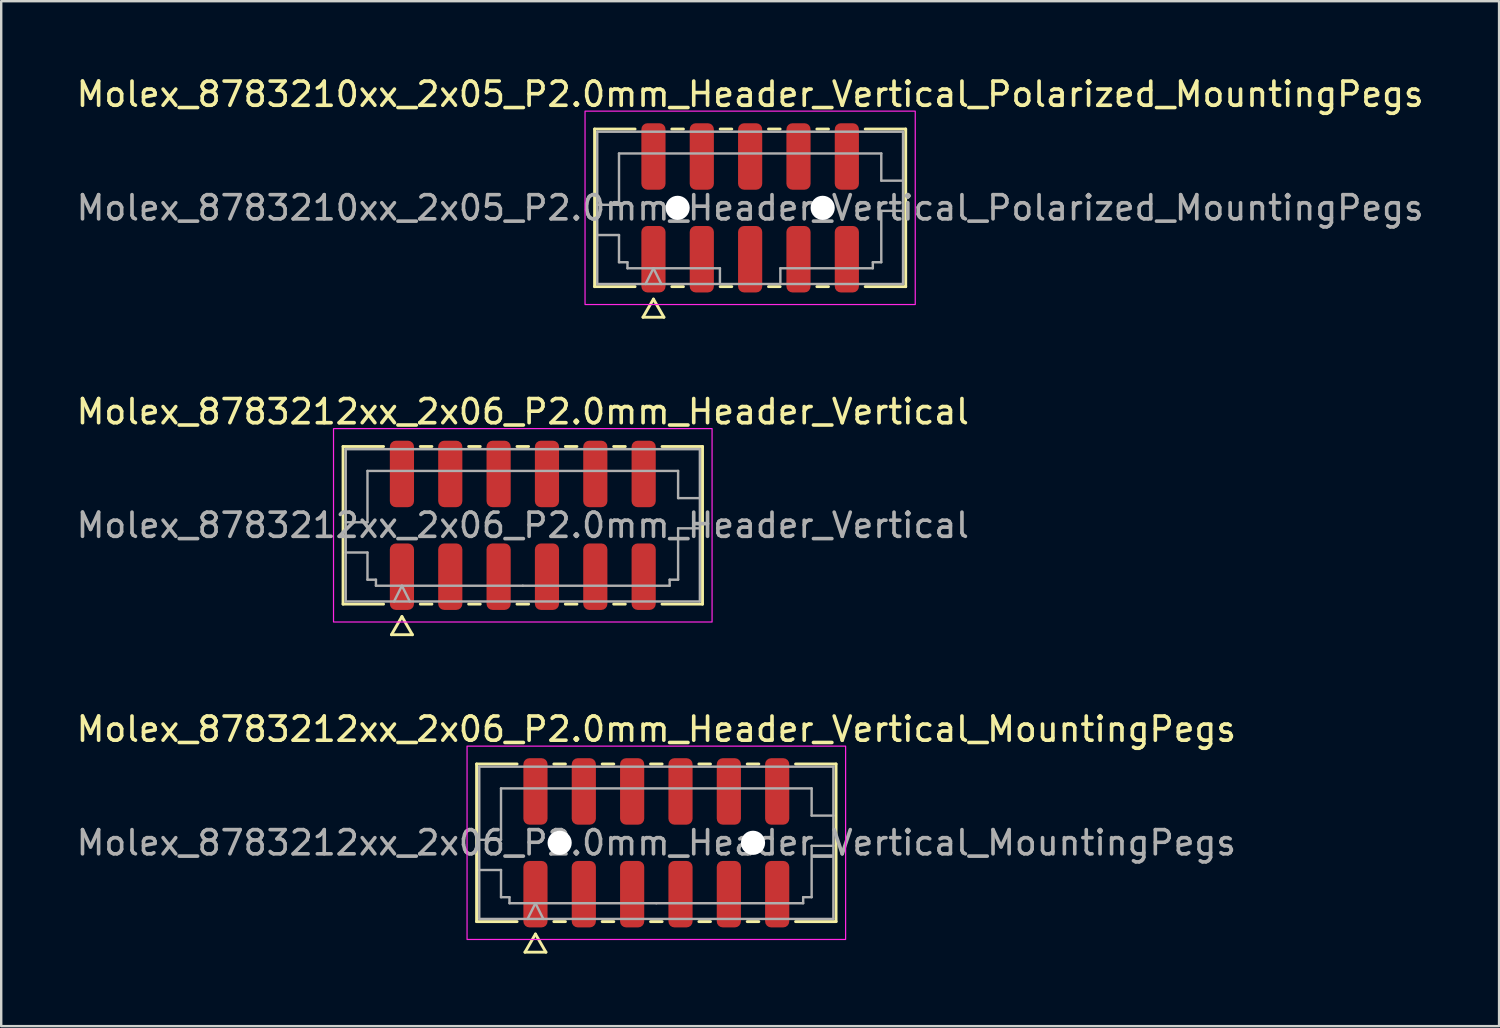
<source format=kicad_pcb>
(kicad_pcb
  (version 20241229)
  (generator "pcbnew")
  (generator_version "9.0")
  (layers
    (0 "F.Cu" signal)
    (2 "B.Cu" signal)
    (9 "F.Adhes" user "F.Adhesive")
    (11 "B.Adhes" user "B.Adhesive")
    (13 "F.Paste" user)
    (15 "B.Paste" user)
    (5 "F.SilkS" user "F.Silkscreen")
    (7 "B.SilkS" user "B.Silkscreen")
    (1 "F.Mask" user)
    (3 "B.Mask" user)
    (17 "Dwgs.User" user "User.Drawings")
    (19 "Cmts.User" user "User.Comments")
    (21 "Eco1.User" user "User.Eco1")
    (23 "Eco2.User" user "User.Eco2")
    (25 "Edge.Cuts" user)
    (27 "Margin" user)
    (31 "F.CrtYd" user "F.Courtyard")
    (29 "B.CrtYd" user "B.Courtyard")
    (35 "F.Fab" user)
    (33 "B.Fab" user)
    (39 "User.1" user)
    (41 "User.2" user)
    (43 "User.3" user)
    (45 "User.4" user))
  (footprint "Molex_8783210xx_2x05_P2.0mm_Header_Vertical_Polarized_MountingPegs"
    (layer "F.Cu")
    (at 27.982 5.548)
    (property "Reference" "Molex_8783210xx_2x05_P2.0mm_Header_Vertical_Polarized_MountingPegs" (at 0 -4.7 0) (layer "F.SilkS") (effects (font (size 1 1) (thickness 0.15))))
    (attr smd)
    (fp_line (start -6.435 -3.26) (end -4.76 -3.26) (stroke (width 0.12) (type solid)) (layer "F.SilkS"))
    (fp_line (start -6.435 3.26) (end -6.435 -3.26) (stroke (width 0.12) (type solid)) (layer "F.SilkS"))
    (fp_line (start -4.76 3.26) (end -6.435 3.26) (stroke (width 0.12) (type solid)) (layer "F.SilkS"))
    (fp_line (start -4.433 4.525) (end -4 3.775) (stroke (width 0.12) (type solid)) (layer "F.SilkS"))
    (fp_line (start -4 3.775) (end -3.567 4.525) (stroke (width 0.12) (type solid)) (layer "F.SilkS"))
    (fp_line (start -3.567 4.525) (end -4.433 4.525) (stroke (width 0.12) (type solid)) (layer "F.SilkS"))
    (fp_line (start -3.24 -3.26) (end -2.76 -3.26) (stroke (width 0.12) (type solid)) (layer "F.SilkS"))
    (fp_line (start -2.76 3.26) (end -3.24 3.26) (stroke (width 0.12) (type solid)) (layer "F.SilkS"))
    (fp_line (start -1.24 -3.26) (end -0.76 -3.26) (stroke (width 0.12) (type solid)) (layer "F.SilkS"))
    (fp_line (start -0.76 3.26) (end -1.24 3.26) (stroke (width 0.12) (type solid)) (layer "F.SilkS"))
    (fp_line (start 0.76 -3.26) (end 1.24 -3.26) (stroke (width 0.12) (type solid)) (layer "F.SilkS"))
    (fp_line (start 1.24 3.26) (end 0.76 3.26) (stroke (width 0.12) (type solid)) (layer "F.SilkS"))
    (fp_line (start 2.76 -3.26) (end 3.24 -3.26) (stroke (width 0.12) (type solid)) (layer "F.SilkS"))
    (fp_line (start 3.24 3.26) (end 2.76 3.26) (stroke (width 0.12) (type solid)) (layer "F.SilkS"))
    (fp_line (start 4.76 -3.26) (end 6.435 -3.26) (stroke (width 0.12) (type solid)) (layer "F.SilkS"))
    (fp_line (start 6.435 -3.26) (end 6.435 3.26) (stroke (width 0.12) (type solid)) (layer "F.SilkS"))
    (fp_line (start 6.435 3.26) (end 4.76 3.26) (stroke (width 0.12) (type solid)) (layer "F.SilkS"))
    (fp_rect (start -6.83 -4) (end 6.83 4) (stroke (width 0.05) (type solid)) (fill no) (layer "F.CrtYd"))
    (fp_line (start -6.325 -3.15) (end 6.325 -3.15) (stroke (width 0.1) (type solid)) (layer "F.Fab"))
    (fp_line (start -6.325 -0.125) (end -5.425 -0.125) (stroke (width 0.1) (type solid)) (layer "F.Fab"))
    (fp_line (start -6.325 1.125) (end -5.425 1.125) (stroke (width 0.1) (type solid)) (layer "F.Fab"))
    (fp_line (start -6.325 3.15) (end -6.325 -3.15) (stroke (width 0.1) (type solid)) (layer "F.Fab"))
    (fp_line (start -5.425 -2.25) (end 5.425 -2.25) (stroke (width 0.1) (type solid)) (layer "F.Fab"))
    (fp_line (start -5.425 -0.125) (end -5.425 -2.25) (stroke (width 0.1) (type solid)) (layer "F.Fab"))
    (fp_line (start -5.425 1.125) (end -5.425 2.25) (stroke (width 0.1) (type solid)) (layer "F.Fab"))
    (fp_line (start -5.425 2.25) (end -5.075 2.25) (stroke (width 0.1) (type solid)) (layer "F.Fab"))
    (fp_line (start -5.075 2.25) (end -5.075 2.5) (stroke (width 0.1) (type solid)) (layer "F.Fab"))
    (fp_line (start -5.075 2.5) (end -1.25 2.5) (stroke (width 0.1) (type solid)) (layer "F.Fab"))
    (fp_line (start -4.325 3.15) (end -4 2.5) (stroke (width 0.1) (type solid)) (layer "F.Fab"))
    (fp_line (start -4 2.5) (end -3.675 3.15) (stroke (width 0.1) (type solid)) (layer "F.Fab"))
    (fp_line (start -1.25 2.5) (end -1.25 3.15) (stroke (width 0.1) (type solid)) (layer "F.Fab"))
    (fp_line (start 1.25 2.5) (end 1.25 3.15) (stroke (width 0.1) (type solid)) (layer "F.Fab"))
    (fp_line (start 1.25 2.5) (end 5.075 2.5) (stroke (width 0.1) (type solid)) (layer "F.Fab"))
    (fp_line (start 5.075 2.25) (end 5.425 2.25) (stroke (width 0.1) (type solid)) (layer "F.Fab"))
    (fp_line (start 5.075 2.5) (end 5.075 2.25) (stroke (width 0.1) (type solid)) (layer "F.Fab"))
    (fp_line (start 5.425 -2.25) (end 5.425 -1.125) (stroke (width 0.1) (type solid)) (layer "F.Fab"))
    (fp_line (start 5.425 -1.125) (end 6.325 -1.125) (stroke (width 0.1) (type solid)) (layer "F.Fab"))
    (fp_line (start 5.425 0.125) (end 6.325 0.125) (stroke (width 0.1) (type solid)) (layer "F.Fab"))
    (fp_line (start 5.425 2.25) (end 5.425 0.125) (stroke (width 0.1) (type solid)) (layer "F.Fab"))
    (fp_line (start 6.325 -3.15) (end 6.325 3.15) (stroke (width 0.1) (type solid)) (layer "F.Fab"))
    (fp_line (start 6.325 3.15) (end -6.325 3.15) (stroke (width 0.1) (type solid)) (layer "F.Fab"))
    (fp_text user "${REFERENCE}" (at 0 0 0) (layer "F.Fab") (effects (font (size 1 1) (thickness 0.15))))
    (pad "" np_thru_hole circle (at -3 0) (size 1 1) (drill 1) (layers "*.Cu" "*.Mask"))
    (pad "" np_thru_hole circle (at 3 0) (size 1 1) (drill 1) (layers "*.Cu" "*.Mask"))
    (pad "1" smd roundrect (at -4 2.125) (size 1 2.75) (layers "F.Cu" "F.Mask" "F.Paste") (roundrect_rratio 0.25))
    (pad "2" smd roundrect (at -4 -2.125) (size 1 2.75) (layers "F.Cu" "F.Mask" "F.Paste") (roundrect_rratio 0.25))
    (pad "3" smd roundrect (at -2 2.125) (size 1 2.75) (layers "F.Cu" "F.Mask" "F.Paste") (roundrect_rratio 0.25))
    (pad "4" smd roundrect (at -2 -2.125) (size 1 2.75) (layers "F.Cu" "F.Mask" "F.Paste") (roundrect_rratio 0.25))
    (pad "5" smd roundrect (at 0 2.125) (size 1 2.75) (layers "F.Cu" "F.Mask" "F.Paste") (roundrect_rratio 0.25))
    (pad "6" smd roundrect (at 0 -2.125) (size 1 2.75) (layers "F.Cu" "F.Mask" "F.Paste") (roundrect_rratio 0.25))
    (pad "7" smd roundrect (at 2 2.125) (size 1 2.75) (layers "F.Cu" "F.Mask" "F.Paste") (roundrect_rratio 0.25))
    (pad "8" smd roundrect (at 2 -2.125) (size 1 2.75) (layers "F.Cu" "F.Mask" "F.Paste") (roundrect_rratio 0.25))
    (pad "9" smd roundrect (at 4 2.125) (size 1 2.75) (layers "F.Cu" "F.Mask" "F.Paste") (roundrect_rratio 0.25))
    (pad "10" smd roundrect (at 4 -2.125) (size 1 2.75) (layers "F.Cu" "F.Mask" "F.Paste") (roundrect_rratio 0.25)))
  (footprint "Molex_8783212xx_2x06_P2.0mm_Header_Vertical_MountingPegs"
    (layer "F.Cu")
    (at 24.101 31.815)
    (property "Reference" "Molex_8783212xx_2x06_P2.0mm_Header_Vertical_MountingPegs" (at 0 -4.7 0) (layer "F.SilkS") (effects (font (size 1 1) (thickness 0.15))))
    (attr smd)
    (fp_line (start -7.435 -3.26) (end -5.76 -3.26) (stroke (width 0.12) (type solid)) (layer "F.SilkS"))
    (fp_line (start -7.435 3.26) (end -7.435 -3.26) (stroke (width 0.12) (type solid)) (layer "F.SilkS"))
    (fp_line (start -5.76 3.26) (end -7.435 3.26) (stroke (width 0.12) (type solid)) (layer "F.SilkS"))
    (fp_line (start -5.433 4.525) (end -5 3.775) (stroke (width 0.12) (type solid)) (layer "F.SilkS"))
    (fp_line (start -5 3.775) (end -4.567 4.525) (stroke (width 0.12) (type solid)) (layer "F.SilkS"))
    (fp_line (start -4.567 4.525) (end -5.433 4.525) (stroke (width 0.12) (type solid)) (layer "F.SilkS"))
    (fp_line (start -4.24 -3.26) (end -3.76 -3.26) (stroke (width 0.12) (type solid)) (layer "F.SilkS"))
    (fp_line (start -3.76 3.26) (end -4.24 3.26) (stroke (width 0.12) (type solid)) (layer "F.SilkS"))
    (fp_line (start -2.24 -3.26) (end -1.76 -3.26) (stroke (width 0.12) (type solid)) (layer "F.SilkS"))
    (fp_line (start -1.76 3.26) (end -2.24 3.26) (stroke (width 0.12) (type solid)) (layer "F.SilkS"))
    (fp_line (start -0.24 -3.26) (end 0.24 -3.26) (stroke (width 0.12) (type solid)) (layer "F.SilkS"))
    (fp_line (start 0.24 3.26) (end -0.24 3.26) (stroke (width 0.12) (type solid)) (layer "F.SilkS"))
    (fp_line (start 1.76 -3.26) (end 2.24 -3.26) (stroke (width 0.12) (type solid)) (layer "F.SilkS"))
    (fp_line (start 2.24 3.26) (end 1.76 3.26) (stroke (width 0.12) (type solid)) (layer "F.SilkS"))
    (fp_line (start 3.76 -3.26) (end 4.24 -3.26) (stroke (width 0.12) (type solid)) (layer "F.SilkS"))
    (fp_line (start 4.24 3.26) (end 3.76 3.26) (stroke (width 0.12) (type solid)) (layer "F.SilkS"))
    (fp_line (start 5.76 -3.26) (end 7.435 -3.26) (stroke (width 0.12) (type solid)) (layer "F.SilkS"))
    (fp_line (start 7.435 -3.26) (end 7.435 3.26) (stroke (width 0.12) (type solid)) (layer "F.SilkS"))
    (fp_line (start 7.435 3.26) (end 5.76 3.26) (stroke (width 0.12) (type solid)) (layer "F.SilkS"))
    (fp_rect (start -7.83 -4) (end 7.83 4) (stroke (width 0.05) (type solid)) (fill no) (layer "F.CrtYd"))
    (fp_line (start -7.325 -3.15) (end 7.325 -3.15) (stroke (width 0.1) (type solid)) (layer "F.Fab"))
    (fp_line (start -7.325 -0.125) (end -6.425 -0.125) (stroke (width 0.1) (type solid)) (layer "F.Fab"))
    (fp_line (start -7.325 1.125) (end -6.425 1.125) (stroke (width 0.1) (type solid)) (layer "F.Fab"))
    (fp_line (start -7.325 3.15) (end -7.325 -3.15) (stroke (width 0.1) (type solid)) (layer "F.Fab"))
    (fp_line (start -6.425 -2.25) (end 6.425 -2.25) (stroke (width 0.1) (type solid)) (layer "F.Fab"))
    (fp_line (start -6.425 -0.125) (end -6.425 -2.25) (stroke (width 0.1) (type solid)) (layer "F.Fab"))
    (fp_line (start -6.425 1.125) (end -6.425 2.25) (stroke (width 0.1) (type solid)) (layer "F.Fab"))
    (fp_line (start -6.425 2.25) (end -6.075 2.25) (stroke (width 0.1) (type solid)) (layer "F.Fab"))
    (fp_line (start -6.075 2.25) (end -6.075 2.5) (stroke (width 0.1) (type solid)) (layer "F.Fab"))
    (fp_line (start -6.075 2.5) (end 0 2.5) (stroke (width 0.1) (type solid)) (layer "F.Fab"))
    (fp_line (start -5.325 3.15) (end -5 2.5) (stroke (width 0.1) (type solid)) (layer "F.Fab"))
    (fp_line (start -5 2.5) (end -4.675 3.15) (stroke (width 0.1) (type solid)) (layer "F.Fab"))
    (fp_line (start 0 2.5) (end 6.075 2.5) (stroke (width 0.1) (type solid)) (layer "F.Fab"))
    (fp_line (start 6.075 2.25) (end 6.425 2.25) (stroke (width 0.1) (type solid)) (layer "F.Fab"))
    (fp_line (start 6.075 2.5) (end 6.075 2.25) (stroke (width 0.1) (type solid)) (layer "F.Fab"))
    (fp_line (start 6.425 -2.25) (end 6.425 -1.125) (stroke (width 0.1) (type solid)) (layer "F.Fab"))
    (fp_line (start 6.425 -1.125) (end 7.325 -1.125) (stroke (width 0.1) (type solid)) (layer "F.Fab"))
    (fp_line (start 6.425 0.125) (end 7.325 0.125) (stroke (width 0.1) (type solid)) (layer "F.Fab"))
    (fp_line (start 6.425 2.25) (end 6.425 0.125) (stroke (width 0.1) (type solid)) (layer "F.Fab"))
    (fp_line (start 7.325 -3.15) (end 7.325 3.15) (stroke (width 0.1) (type solid)) (layer "F.Fab"))
    (fp_line (start 7.325 3.15) (end -7.325 3.15) (stroke (width 0.1) (type solid)) (layer "F.Fab"))
    (fp_text user "${REFERENCE}" (at 0 0 0) (layer "F.Fab") (effects (font (size 1 1) (thickness 0.15))))
    (pad "" np_thru_hole circle (at -4 0) (size 1 1) (drill 1) (layers "*.Cu" "*.Mask"))
    (pad "" np_thru_hole circle (at 4 0) (size 1 1) (drill 1) (layers "*.Cu" "*.Mask"))
    (pad "1" smd roundrect (at -5 2.125) (size 1 2.75) (layers "F.Cu" "F.Mask" "F.Paste") (roundrect_rratio 0.25))
    (pad "2" smd roundrect (at -5 -2.125) (size 1 2.75) (layers "F.Cu" "F.Mask" "F.Paste") (roundrect_rratio 0.25))
    (pad "3" smd roundrect (at -3 2.125) (size 1 2.75) (layers "F.Cu" "F.Mask" "F.Paste") (roundrect_rratio 0.25))
    (pad "4" smd roundrect (at -3 -2.125) (size 1 2.75) (layers "F.Cu" "F.Mask" "F.Paste") (roundrect_rratio 0.25))
    (pad "5" smd roundrect (at -1 2.125) (size 1 2.75) (layers "F.Cu" "F.Mask" "F.Paste") (roundrect_rratio 0.25))
    (pad "6" smd roundrect (at -1 -2.125) (size 1 2.75) (layers "F.Cu" "F.Mask" "F.Paste") (roundrect_rratio 0.25))
    (pad "7" smd roundrect (at 1 2.125) (size 1 2.75) (layers "F.Cu" "F.Mask" "F.Paste") (roundrect_rratio 0.25))
    (pad "8" smd roundrect (at 1 -2.125) (size 1 2.75) (layers "F.Cu" "F.Mask" "F.Paste") (roundrect_rratio 0.25))
    (pad "9" smd roundrect (at 3 2.125) (size 1 2.75) (layers "F.Cu" "F.Mask" "F.Paste") (roundrect_rratio 0.25))
    (pad "10" smd roundrect (at 3 -2.125) (size 1 2.75) (layers "F.Cu" "F.Mask" "F.Paste") (roundrect_rratio 0.25))
    (pad "11" smd roundrect (at 5 2.125) (size 1 2.75) (layers "F.Cu" "F.Mask" "F.Paste") (roundrect_rratio 0.25))
    (pad "12" smd roundrect (at 5 -2.125) (size 1 2.75) (layers "F.Cu" "F.Mask" "F.Paste") (roundrect_rratio 0.25)))
  (footprint "Molex_8783212xx_2x06_P2.0mm_Header_Vertical"
    (layer "F.Cu")
    (at 18.577 18.681)
    (property "Reference" "Molex_8783212xx_2x06_P2.0mm_Header_Vertical" (at 0 -4.7 0) (layer "F.SilkS") (effects (font (size 1 1) (thickness 0.15))))
    (attr smd)
    (fp_line (start -7.435 -3.26) (end -5.76 -3.26) (stroke (width 0.12) (type solid)) (layer "F.SilkS"))
    (fp_line (start -7.435 3.26) (end -7.435 -3.26) (stroke (width 0.12) (type solid)) (layer "F.SilkS"))
    (fp_line (start -5.76 3.26) (end -7.435 3.26) (stroke (width 0.12) (type solid)) (layer "F.SilkS"))
    (fp_line (start -5.433 4.525) (end -5 3.775) (stroke (width 0.12) (type solid)) (layer "F.SilkS"))
    (fp_line (start -5 3.775) (end -4.567 4.525) (stroke (width 0.12) (type solid)) (layer "F.SilkS"))
    (fp_line (start -4.567 4.525) (end -5.433 4.525) (stroke (width 0.12) (type solid)) (layer "F.SilkS"))
    (fp_line (start -4.24 -3.26) (end -3.76 -3.26) (stroke (width 0.12) (type solid)) (layer "F.SilkS"))
    (fp_line (start -3.76 3.26) (end -4.24 3.26) (stroke (width 0.12) (type solid)) (layer "F.SilkS"))
    (fp_line (start -2.24 -3.26) (end -1.76 -3.26) (stroke (width 0.12) (type solid)) (layer "F.SilkS"))
    (fp_line (start -1.76 3.26) (end -2.24 3.26) (stroke (width 0.12) (type solid)) (layer "F.SilkS"))
    (fp_line (start -0.24 -3.26) (end 0.24 -3.26) (stroke (width 0.12) (type solid)) (layer "F.SilkS"))
    (fp_line (start 0.24 3.26) (end -0.24 3.26) (stroke (width 0.12) (type solid)) (layer "F.SilkS"))
    (fp_line (start 1.76 -3.26) (end 2.24 -3.26) (stroke (width 0.12) (type solid)) (layer "F.SilkS"))
    (fp_line (start 2.24 3.26) (end 1.76 3.26) (stroke (width 0.12) (type solid)) (layer "F.SilkS"))
    (fp_line (start 3.76 -3.26) (end 4.24 -3.26) (stroke (width 0.12) (type solid)) (layer "F.SilkS"))
    (fp_line (start 4.24 3.26) (end 3.76 3.26) (stroke (width 0.12) (type solid)) (layer "F.SilkS"))
    (fp_line (start 5.76 -3.26) (end 7.435 -3.26) (stroke (width 0.12) (type solid)) (layer "F.SilkS"))
    (fp_line (start 7.435 -3.26) (end 7.435 3.26) (stroke (width 0.12) (type solid)) (layer "F.SilkS"))
    (fp_line (start 7.435 3.26) (end 5.76 3.26) (stroke (width 0.12) (type solid)) (layer "F.SilkS"))
    (fp_rect (start -7.83 -4) (end 7.83 4) (stroke (width 0.05) (type solid)) (fill no) (layer "F.CrtYd"))
    (fp_line (start -7.325 -3.15) (end 7.325 -3.15) (stroke (width 0.1) (type solid)) (layer "F.Fab"))
    (fp_line (start -7.325 -0.125) (end -6.425 -0.125) (stroke (width 0.1) (type solid)) (layer "F.Fab"))
    (fp_line (start -7.325 1.125) (end -6.425 1.125) (stroke (width 0.1) (type solid)) (layer "F.Fab"))
    (fp_line (start -7.325 3.15) (end -7.325 -3.15) (stroke (width 0.1) (type solid)) (layer "F.Fab"))
    (fp_line (start -6.425 -2.25) (end 6.425 -2.25) (stroke (width 0.1) (type solid)) (layer "F.Fab"))
    (fp_line (start -6.425 -0.125) (end -6.425 -2.25) (stroke (width 0.1) (type solid)) (layer "F.Fab"))
    (fp_line (start -6.425 1.125) (end -6.425 2.25) (stroke (width 0.1) (type solid)) (layer "F.Fab"))
    (fp_line (start -6.425 2.25) (end -6.075 2.25) (stroke (width 0.1) (type solid)) (layer "F.Fab"))
    (fp_line (start -6.075 2.25) (end -6.075 2.5) (stroke (width 0.1) (type solid)) (layer "F.Fab"))
    (fp_line (start -6.075 2.5) (end 0 2.5) (stroke (width 0.1) (type solid)) (layer "F.Fab"))
    (fp_line (start -5.325 3.15) (end -5 2.5) (stroke (width 0.1) (type solid)) (layer "F.Fab"))
    (fp_line (start -5 2.5) (end -4.675 3.15) (stroke (width 0.1) (type solid)) (layer "F.Fab"))
    (fp_line (start 0 2.5) (end 6.075 2.5) (stroke (width 0.1) (type solid)) (layer "F.Fab"))
    (fp_line (start 6.075 2.25) (end 6.425 2.25) (stroke (width 0.1) (type solid)) (layer "F.Fab"))
    (fp_line (start 6.075 2.5) (end 6.075 2.25) (stroke (width 0.1) (type solid)) (layer "F.Fab"))
    (fp_line (start 6.425 -2.25) (end 6.425 -1.125) (stroke (width 0.1) (type solid)) (layer "F.Fab"))
    (fp_line (start 6.425 -1.125) (end 7.325 -1.125) (stroke (width 0.1) (type solid)) (layer "F.Fab"))
    (fp_line (start 6.425 0.125) (end 7.325 0.125) (stroke (width 0.1) (type solid)) (layer "F.Fab"))
    (fp_line (start 6.425 2.25) (end 6.425 0.125) (stroke (width 0.1) (type solid)) (layer "F.Fab"))
    (fp_line (start 7.325 -3.15) (end 7.325 3.15) (stroke (width 0.1) (type solid)) (layer "F.Fab"))
    (fp_line (start 7.325 3.15) (end -7.325 3.15) (stroke (width 0.1) (type solid)) (layer "F.Fab"))
    (fp_text user "${REFERENCE}" (at 0 0 0) (layer "F.Fab") (effects (font (size 1 1) (thickness 0.15))))
    (pad "1" smd roundrect (at -5 2.125) (size 1 2.75) (layers "F.Cu" "F.Mask" "F.Paste") (roundrect_rratio 0.25))
    (pad "2" smd roundrect (at -5 -2.125) (size 1 2.75) (layers "F.Cu" "F.Mask" "F.Paste") (roundrect_rratio 0.25))
    (pad "3" smd roundrect (at -3 2.125) (size 1 2.75) (layers "F.Cu" "F.Mask" "F.Paste") (roundrect_rratio 0.25))
    (pad "4" smd roundrect (at -3 -2.125) (size 1 2.75) (layers "F.Cu" "F.Mask" "F.Paste") (roundrect_rratio 0.25))
    (pad "5" smd roundrect (at -1 2.125) (size 1 2.75) (layers "F.Cu" "F.Mask" "F.Paste") (roundrect_rratio 0.25))
    (pad "6" smd roundrect (at -1 -2.125) (size 1 2.75) (layers "F.Cu" "F.Mask" "F.Paste") (roundrect_rratio 0.25))
    (pad "7" smd roundrect (at 1 2.125) (size 1 2.75) (layers "F.Cu" "F.Mask" "F.Paste") (roundrect_rratio 0.25))
    (pad "8" smd roundrect (at 1 -2.125) (size 1 2.75) (layers "F.Cu" "F.Mask" "F.Paste") (roundrect_rratio 0.25))
    (pad "9" smd roundrect (at 3 2.125) (size 1 2.75) (layers "F.Cu" "F.Mask" "F.Paste") (roundrect_rratio 0.25))
    (pad "10" smd roundrect (at 3 -2.125) (size 1 2.75) (layers "F.Cu" "F.Mask" "F.Paste") (roundrect_rratio 0.25))
    (pad "11" smd roundrect (at 5 2.125) (size 1 2.75) (layers "F.Cu" "F.Mask" "F.Paste") (roundrect_rratio 0.25))
    (pad "12" smd roundrect (at 5 -2.125) (size 1 2.75) (layers "F.Cu" "F.Mask" "F.Paste") (roundrect_rratio 0.25)))
  (gr_rect
    (start -3 -3)
    (end 58.964 39.4)
    (stroke (width 0.1) (type default))
    (fill no)
    (layer "Edge.Cuts")))
</source>
